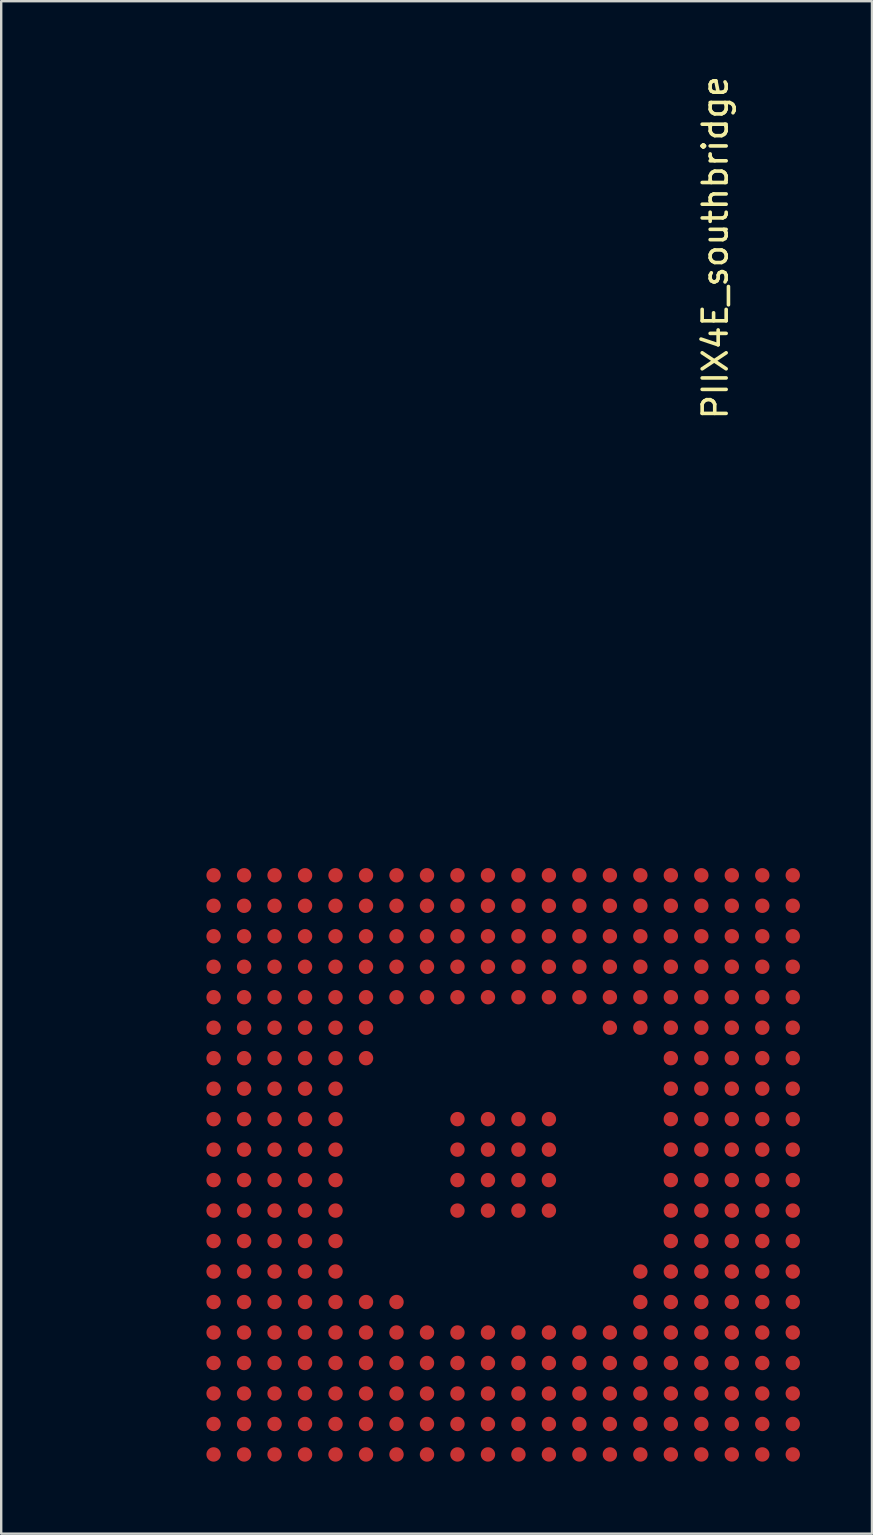
<source format=kicad_pcb>
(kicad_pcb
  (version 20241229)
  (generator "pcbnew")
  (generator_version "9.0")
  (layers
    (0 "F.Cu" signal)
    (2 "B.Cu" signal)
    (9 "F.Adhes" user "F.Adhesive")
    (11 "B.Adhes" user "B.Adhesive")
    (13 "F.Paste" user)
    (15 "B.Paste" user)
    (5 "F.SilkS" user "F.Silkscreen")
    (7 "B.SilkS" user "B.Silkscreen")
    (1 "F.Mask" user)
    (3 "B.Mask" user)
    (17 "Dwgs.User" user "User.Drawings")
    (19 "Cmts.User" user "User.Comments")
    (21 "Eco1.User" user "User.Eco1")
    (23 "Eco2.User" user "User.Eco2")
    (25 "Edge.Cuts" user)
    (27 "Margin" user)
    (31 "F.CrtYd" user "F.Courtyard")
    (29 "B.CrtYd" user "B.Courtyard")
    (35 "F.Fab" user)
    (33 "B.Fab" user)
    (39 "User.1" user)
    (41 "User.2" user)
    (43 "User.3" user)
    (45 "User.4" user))
  (footprint "PIIX4E_southbridge"
    (layer "F.Cu")
    (at 0.25 30.768)
    (property "Reference" "PIIX4E_southbridge" (at 26.5 -23.5 90) (layer "F.SilkS") (effects (font (size 1 1) (thickness 0.15))))
    (attr through_hole)
    (pad "A1" smd circle (at 5.6 2.65) (size 0.6 0.6) (property pad_prop_bga) (layers "F.Cu" "F.Mask" "F.Paste"))
    (pad "A2" smd circle (at 6.87 2.65) (size 0.6 0.6) (property pad_prop_bga) (layers "F.Cu" "F.Mask" "F.Paste"))
    (pad "A3" smd circle (at 8.14 2.65) (size 0.6 0.6) (property pad_prop_bga) (layers "F.Cu" "F.Mask" "F.Paste"))
    (pad "A4" smd circle (at 9.41 2.65) (size 0.6 0.6) (property pad_prop_bga) (layers "F.Cu" "F.Mask" "F.Paste"))
    (pad "A5" smd circle (at 10.68 2.65) (size 0.6 0.6) (property pad_prop_bga) (layers "F.Cu" "F.Mask" "F.Paste"))
    (pad "A6" smd circle (at 11.95 2.65) (size 0.6 0.6) (property pad_prop_bga) (layers "F.Cu" "F.Mask" "F.Paste"))
    (pad "A7" smd circle (at 13.22 2.65) (size 0.6 0.6) (property pad_prop_bga) (layers "F.Cu" "F.Mask" "F.Paste"))
    (pad "A8" smd circle (at 14.49 2.65) (size 0.6 0.6) (property pad_prop_bga) (layers "F.Cu" "F.Mask" "F.Paste"))
    (pad "A9" smd circle (at 15.76 2.65) (size 0.6 0.6) (property pad_prop_bga) (layers "F.Cu" "F.Mask" "F.Paste"))
    (pad "A10" smd circle (at 17.03 2.65) (size 0.6 0.6) (property pad_prop_bga) (layers "F.Cu" "F.Mask" "F.Paste"))
    (pad "A11" smd circle (at 18.3 2.65) (size 0.6 0.6) (property pad_prop_bga) (layers "F.Cu" "F.Mask" "F.Paste"))
    (pad "A12" smd circle (at 19.57 2.65) (size 0.6 0.6) (property pad_prop_bga) (layers "F.Cu" "F.Mask" "F.Paste"))
    (pad "A13" smd circle (at 20.84 2.65) (size 0.6 0.6) (property pad_prop_bga) (layers "F.Cu" "F.Mask" "F.Paste"))
    (pad "A14" smd circle (at 22.11 2.65) (size 0.6 0.6) (property pad_prop_bga) (layers "F.Cu" "F.Mask" "F.Paste"))
    (pad "A15" smd circle (at 23.38 2.65) (size 0.6 0.6) (property pad_prop_bga) (layers "F.Cu" "F.Mask" "F.Paste"))
    (pad "A16" smd circle (at 24.65 2.65) (size 0.6 0.6) (property pad_prop_bga) (layers "F.Cu" "F.Mask" "F.Paste"))
    (pad "A17" smd circle (at 25.92 2.65) (size 0.6 0.6) (property pad_prop_bga) (layers "F.Cu" "F.Mask" "F.Paste"))
    (pad "A18" smd circle (at 27.19 2.65) (size 0.6 0.6) (property pad_prop_bga) (layers "F.Cu" "F.Mask" "F.Paste"))
    (pad "A19" smd circle (at 28.46 2.65) (size 0.6 0.6) (property pad_prop_bga) (layers "F.Cu" "F.Mask" "F.Paste"))
    (pad "A20" smd circle (at 29.73 2.65) (size 0.6 0.6) (property pad_prop_bga) (layers "F.Cu" "F.Mask" "F.Paste"))
    (pad "B1" smd circle (at 5.6 3.92) (size 0.6 0.6) (property pad_prop_bga) (layers "F.Cu" "F.Mask" "F.Paste"))
    (pad "B2" smd circle (at 6.87 3.92) (size 0.6 0.6) (property pad_prop_bga) (layers "F.Cu" "F.Mask" "F.Paste"))
    (pad "B3" smd circle (at 8.14 3.92) (size 0.6 0.6) (property pad_prop_bga) (layers "F.Cu" "F.Mask" "F.Paste"))
    (pad "B4" smd circle (at 9.41 3.92) (size 0.6 0.6) (property pad_prop_bga) (layers "F.Cu" "F.Mask" "F.Paste"))
    (pad "B5" smd circle (at 10.68 3.92) (size 0.6 0.6) (property pad_prop_bga) (layers "F.Cu" "F.Mask" "F.Paste"))
    (pad "B6" smd circle (at 11.95 3.92) (size 0.6 0.6) (property pad_prop_bga) (layers "F.Cu" "F.Mask" "F.Paste"))
    (pad "B7" smd circle (at 13.22 3.92) (size 0.6 0.6) (property pad_prop_bga) (layers "F.Cu" "F.Mask" "F.Paste"))
    (pad "B8" smd circle (at 14.49 3.92) (size 0.6 0.6) (property pad_prop_bga) (layers "F.Cu" "F.Mask" "F.Paste"))
    (pad "B9" smd circle (at 15.76 3.92) (size 0.6 0.6) (property pad_prop_bga) (layers "F.Cu" "F.Mask" "F.Paste"))
    (pad "B10" smd circle (at 17.03 3.92) (size 0.6 0.6) (property pad_prop_bga) (layers "F.Cu" "F.Mask" "F.Paste"))
    (pad "B11" smd circle (at 18.3 3.92) (size 0.6 0.6) (property pad_prop_bga) (layers "F.Cu" "F.Mask" "F.Paste"))
    (pad "B12" smd circle (at 19.57 3.92) (size 0.6 0.6) (property pad_prop_bga) (layers "F.Cu" "F.Mask" "F.Paste"))
    (pad "B13" smd circle (at 20.84 3.92) (size 0.6 0.6) (property pad_prop_bga) (layers "F.Cu" "F.Mask" "F.Paste"))
    (pad "B14" smd circle (at 22.11 3.92) (size 0.6 0.6) (property pad_prop_bga) (layers "F.Cu" "F.Mask" "F.Paste"))
    (pad "B15" smd circle (at 23.38 3.92) (size 0.6 0.6) (property pad_prop_bga) (layers "F.Cu" "F.Mask" "F.Paste"))
    (pad "B16" smd circle (at 24.65 3.92) (size 0.6 0.6) (property pad_prop_bga) (layers "F.Cu" "F.Mask" "F.Paste"))
    (pad "B17" smd circle (at 25.92 3.92) (size 0.6 0.6) (property pad_prop_bga) (layers "F.Cu" "F.Mask" "F.Paste"))
    (pad "B18" smd circle (at 27.19 3.92) (size 0.6 0.6) (property pad_prop_bga) (layers "F.Cu" "F.Mask" "F.Paste"))
    (pad "B19" smd circle (at 28.46 3.92) (size 0.6 0.6) (property pad_prop_bga) (layers "F.Cu" "F.Mask" "F.Paste"))
    (pad "B20" smd circle (at 29.73 3.92) (size 0.6 0.6) (property pad_prop_bga) (layers "F.Cu" "F.Mask" "F.Paste"))
    (pad "C1" smd circle (at 5.6 5.19) (size 0.6 0.6) (property pad_prop_bga) (layers "F.Cu" "F.Mask" "F.Paste"))
    (pad "C2" smd circle (at 6.87 5.19) (size 0.6 0.6) (property pad_prop_bga) (layers "F.Cu" "F.Mask" "F.Paste"))
    (pad "C3" smd circle (at 8.14 5.19) (size 0.6 0.6) (property pad_prop_bga) (layers "F.Cu" "F.Mask" "F.Paste"))
    (pad "C4" smd circle (at 9.41 5.19) (size 0.6 0.6) (property pad_prop_bga) (layers "F.Cu" "F.Mask" "F.Paste"))
    (pad "C5" smd circle (at 10.68 5.19) (size 0.6 0.6) (property pad_prop_bga) (layers "F.Cu" "F.Mask" "F.Paste"))
    (pad "C6" smd circle (at 11.95 5.19) (size 0.6 0.6) (property pad_prop_bga) (layers "F.Cu" "F.Mask" "F.Paste"))
    (pad "C7" smd circle (at 13.22 5.19) (size 0.6 0.6) (property pad_prop_bga) (layers "F.Cu" "F.Mask" "F.Paste"))
    (pad "C8" smd circle (at 14.49 5.19) (size 0.6 0.6) (property pad_prop_bga) (layers "F.Cu" "F.Mask" "F.Paste"))
    (pad "C9" smd circle (at 15.76 5.19) (size 0.6 0.6) (property pad_prop_bga) (layers "F.Cu" "F.Mask" "F.Paste"))
    (pad "C10" smd circle (at 17.03 5.19) (size 0.6 0.6) (property pad_prop_bga) (layers "F.Cu" "F.Mask" "F.Paste"))
    (pad "C11" smd circle (at 18.3 5.19) (size 0.6 0.6) (property pad_prop_bga) (layers "F.Cu" "F.Mask" "F.Paste"))
    (pad "C12" smd circle (at 19.57 5.19) (size 0.6 0.6) (property pad_prop_bga) (layers "F.Cu" "F.Mask" "F.Paste"))
    (pad "C13" smd circle (at 20.84 5.19) (size 0.6 0.6) (property pad_prop_bga) (layers "F.Cu" "F.Mask" "F.Paste"))
    (pad "C14" smd circle (at 22.11 5.19) (size 0.6 0.6) (property pad_prop_bga) (layers "F.Cu" "F.Mask" "F.Paste"))
    (pad "C15" smd circle (at 23.38 5.19) (size 0.6 0.6) (property pad_prop_bga) (layers "F.Cu" "F.Mask" "F.Paste"))
    (pad "C16" smd circle (at 24.65 5.19) (size 0.6 0.6) (property pad_prop_bga) (layers "F.Cu" "F.Mask" "F.Paste"))
    (pad "C17" smd circle (at 25.92 5.19) (size 0.6 0.6) (property pad_prop_bga) (layers "F.Cu" "F.Mask" "F.Paste"))
    (pad "C18" smd circle (at 27.19 5.19) (size 0.6 0.6) (property pad_prop_bga) (layers "F.Cu" "F.Mask" "F.Paste"))
    (pad "C19" smd circle (at 28.46 5.19) (size 0.6 0.6) (property pad_prop_bga) (layers "F.Cu" "F.Mask" "F.Paste"))
    (pad "C20" smd circle (at 29.73 5.19) (size 0.6 0.6) (property pad_prop_bga) (layers "F.Cu" "F.Mask" "F.Paste"))
    (pad "D1" smd circle (at 5.6 6.46) (size 0.6 0.6) (property pad_prop_bga) (layers "F.Cu" "F.Mask" "F.Paste"))
    (pad "D2" smd circle (at 6.87 6.46) (size 0.6 0.6) (property pad_prop_bga) (layers "F.Cu" "F.Mask" "F.Paste"))
    (pad "D3" smd circle (at 8.14 6.46) (size 0.6 0.6) (property pad_prop_bga) (layers "F.Cu" "F.Mask" "F.Paste"))
    (pad "D4" smd circle (at 9.41 6.46) (size 0.6 0.6) (property pad_prop_bga) (layers "F.Cu" "F.Mask" "F.Paste"))
    (pad "D5" smd circle (at 10.68 6.46) (size 0.6 0.6) (property pad_prop_bga) (layers "F.Cu" "F.Mask" "F.Paste"))
    (pad "D6" smd circle (at 11.95 6.46) (size 0.6 0.6) (property pad_prop_bga) (layers "F.Cu" "F.Mask" "F.Paste"))
    (pad "D7" smd circle (at 13.22 6.46) (size 0.6 0.6) (property pad_prop_bga) (layers "F.Cu" "F.Mask" "F.Paste"))
    (pad "D8" smd circle (at 14.49 6.46) (size 0.6 0.6) (property pad_prop_bga) (layers "F.Cu" "F.Mask" "F.Paste"))
    (pad "D9" smd circle (at 15.76 6.46) (size 0.6 0.6) (property pad_prop_bga) (layers "F.Cu" "F.Mask" "F.Paste"))
    (pad "D10" smd circle (at 17.03 6.46) (size 0.6 0.6) (property pad_prop_bga) (layers "F.Cu" "F.Mask" "F.Paste"))
    (pad "D11" smd circle (at 18.3 6.46) (size 0.6 0.6) (property pad_prop_bga) (layers "F.Cu" "F.Mask" "F.Paste"))
    (pad "D12" smd circle (at 19.57 6.46) (size 0.6 0.6) (property pad_prop_bga) (layers "F.Cu" "F.Mask" "F.Paste"))
    (pad "D13" smd circle (at 20.84 6.46) (size 0.6 0.6) (property pad_prop_bga) (layers "F.Cu" "F.Mask" "F.Paste"))
    (pad "D14" smd circle (at 22.11 6.46) (size 0.6 0.6) (property pad_prop_bga) (layers "F.Cu" "F.Mask" "F.Paste"))
    (pad "D15" smd circle (at 23.38 6.46) (size 0.6 0.6) (property pad_prop_bga) (layers "F.Cu" "F.Mask" "F.Paste"))
    (pad "D16" smd circle (at 24.65 6.46) (size 0.6 0.6) (property pad_prop_bga) (layers "F.Cu" "F.Mask" "F.Paste"))
    (pad "D17" smd circle (at 25.92 6.46) (size 0.6 0.6) (property pad_prop_bga) (layers "F.Cu" "F.Mask" "F.Paste"))
    (pad "D18" smd circle (at 27.19 6.46) (size 0.6 0.6) (property pad_prop_bga) (layers "F.Cu" "F.Mask" "F.Paste"))
    (pad "D19" smd circle (at 28.46 6.46) (size 0.6 0.6) (property pad_prop_bga) (layers "F.Cu" "F.Mask" "F.Paste"))
    (pad "D20" smd circle (at 29.73 6.46) (size 0.6 0.6) (property pad_prop_bga) (layers "F.Cu" "F.Mask" "F.Paste"))
    (pad "E1" smd circle (at 5.6 7.73) (size 0.6 0.6) (property pad_prop_bga) (layers "F.Cu" "F.Mask" "F.Paste"))
    (pad "E2" smd circle (at 6.87 7.73) (size 0.6 0.6) (property pad_prop_bga) (layers "F.Cu" "F.Mask" "F.Paste"))
    (pad "E3" smd circle (at 8.14 7.73) (size 0.6 0.6) (property pad_prop_bga) (layers "F.Cu" "F.Mask" "F.Paste"))
    (pad "E4" smd circle (at 9.41 7.73) (size 0.6 0.6) (property pad_prop_bga) (layers "F.Cu" "F.Mask" "F.Paste"))
    (pad "E5" smd circle (at 10.68 7.73) (size 0.6 0.6) (property pad_prop_bga) (layers "F.Cu" "F.Mask" "F.Paste"))
    (pad "E6" smd circle (at 11.95 7.73) (size 0.6 0.6) (property pad_prop_bga) (layers "F.Cu" "F.Mask" "F.Paste"))
    (pad "E7" smd circle (at 13.22 7.73) (size 0.6 0.6) (property pad_prop_bga) (layers "F.Cu" "F.Mask" "F.Paste"))
    (pad "E8" smd circle (at 14.49 7.73) (size 0.6 0.6) (property pad_prop_bga) (layers "F.Cu" "F.Mask" "F.Paste"))
    (pad "E9" smd circle (at 15.76 7.73) (size 0.6 0.6) (property pad_prop_bga) (layers "F.Cu" "F.Mask" "F.Paste"))
    (pad "E10" smd circle (at 17.03 7.73) (size 0.6 0.6) (property pad_prop_bga) (layers "F.Cu" "F.Mask" "F.Paste"))
    (pad "E11" smd circle (at 18.3 7.73) (size 0.6 0.6) (property pad_prop_bga) (layers "F.Cu" "F.Mask" "F.Paste"))
    (pad "E12" smd circle (at 19.57 7.73) (size 0.6 0.6) (property pad_prop_bga) (layers "F.Cu" "F.Mask" "F.Paste"))
    (pad "E13" smd circle (at 20.84 7.73) (size 0.6 0.6) (property pad_prop_bga) (layers "F.Cu" "F.Mask" "F.Paste"))
    (pad "E14" smd circle (at 22.11 7.73) (size 0.6 0.6) (property pad_prop_bga) (layers "F.Cu" "F.Mask" "F.Paste"))
    (pad "E15" smd circle (at 23.38 7.73) (size 0.6 0.6) (property pad_prop_bga) (layers "F.Cu" "F.Mask" "F.Paste"))
    (pad "E16" smd circle (at 24.65 7.73) (size 0.6 0.6) (property pad_prop_bga) (layers "F.Cu" "F.Mask" "F.Paste"))
    (pad "E17" smd circle (at 25.92 7.73) (size 0.6 0.6) (property pad_prop_bga) (layers "F.Cu" "F.Mask" "F.Paste"))
    (pad "E18" smd circle (at 27.19 7.73) (size 0.6 0.6) (property pad_prop_bga) (layers "F.Cu" "F.Mask" "F.Paste"))
    (pad "E19" smd circle (at 28.46 7.73) (size 0.6 0.6) (property pad_prop_bga) (layers "F.Cu" "F.Mask" "F.Paste"))
    (pad "E20" smd circle (at 29.73 7.73) (size 0.6 0.6) (property pad_prop_bga) (layers "F.Cu" "F.Mask" "F.Paste"))
    (pad "F1" smd circle (at 5.6 9) (size 0.6 0.6) (property pad_prop_bga) (layers "F.Cu" "F.Mask" "F.Paste"))
    (pad "F2" smd circle (at 6.87 9) (size 0.6 0.6) (property pad_prop_bga) (layers "F.Cu" "F.Mask" "F.Paste"))
    (pad "F3" smd circle (at 8.14 9) (size 0.6 0.6) (property pad_prop_bga) (layers "F.Cu" "F.Mask" "F.Paste"))
    (pad "F4" smd circle (at 9.41 9) (size 0.6 0.6) (property pad_prop_bga) (layers "F.Cu" "F.Mask" "F.Paste"))
    (pad "F5" smd circle (at 10.68 9) (size 0.6 0.6) (property pad_prop_bga) (layers "F.Cu" "F.Mask" "F.Paste"))
    (pad "F6" smd circle (at 11.95 9) (size 0.6 0.6) (property pad_prop_bga) (layers "F.Cu" "F.Mask" "F.Paste"))
    (pad "F14" smd circle (at 22.11 9) (size 0.6 0.6) (property pad_prop_bga) (layers "F.Cu" "F.Mask" "F.Paste"))
    (pad "F15" smd circle (at 23.38 9) (size 0.6 0.6) (property pad_prop_bga) (layers "F.Cu" "F.Mask" "F.Paste"))
    (pad "F16" smd circle (at 24.65 9) (size 0.6 0.6) (property pad_prop_bga) (layers "F.Cu" "F.Mask" "F.Paste"))
    (pad "F17" smd circle (at 25.92 9) (size 0.6 0.6) (property pad_prop_bga) (layers "F.Cu" "F.Mask" "F.Paste"))
    (pad "F18" smd circle (at 27.19 9) (size 0.6 0.6) (property pad_prop_bga) (layers "F.Cu" "F.Mask" "F.Paste"))
    (pad "F19" smd circle (at 28.46 9) (size 0.6 0.6) (property pad_prop_bga) (layers "F.Cu" "F.Mask" "F.Paste"))
    (pad "F20" smd circle (at 29.73 9) (size 0.6 0.6) (property pad_prop_bga) (layers "F.Cu" "F.Mask" "F.Paste"))
    (pad "G1" smd circle (at 5.6 10.27) (size 0.6 0.6) (property pad_prop_bga) (layers "F.Cu" "F.Mask" "F.Paste"))
    (pad "G2" smd circle (at 6.87 10.27) (size 0.6 0.6) (property pad_prop_bga) (layers "F.Cu" "F.Mask" "F.Paste"))
    (pad "G3" smd circle (at 8.14 10.27) (size 0.6 0.6) (property pad_prop_bga) (layers "F.Cu" "F.Mask" "F.Paste"))
    (pad "G4" smd circle (at 9.41 10.27) (size 0.6 0.6) (property pad_prop_bga) (layers "F.Cu" "F.Mask" "F.Paste"))
    (pad "G5" smd circle (at 10.68 10.27) (size 0.6 0.6) (property pad_prop_bga) (layers "F.Cu" "F.Mask" "F.Paste"))
    (pad "G6" smd circle (at 11.95 10.27) (size 0.6 0.6) (property pad_prop_bga) (layers "F.Cu" "F.Mask" "F.Paste"))
    (pad "G16" smd circle (at 24.65 10.27) (size 0.6 0.6) (property pad_prop_bga) (layers "F.Cu" "F.Mask" "F.Paste"))
    (pad "G17" smd circle (at 25.92 10.27) (size 0.6 0.6) (property pad_prop_bga) (layers "F.Cu" "F.Mask" "F.Paste"))
    (pad "G18" smd circle (at 27.19 10.27) (size 0.6 0.6) (property pad_prop_bga) (layers "F.Cu" "F.Mask" "F.Paste"))
    (pad "G19" smd circle (at 28.46 10.27) (size 0.6 0.6) (property pad_prop_bga) (layers "F.Cu" "F.Mask" "F.Paste"))
    (pad "G20" smd circle (at 29.73 10.27) (size 0.6 0.6) (property pad_prop_bga) (layers "F.Cu" "F.Mask" "F.Paste"))
    (pad "H1" smd circle (at 5.6 11.54) (size 0.6 0.6) (property pad_prop_bga) (layers "F.Cu" "F.Mask" "F.Paste"))
    (pad "H2" smd circle (at 6.87 11.54) (size 0.6 0.6) (property pad_prop_bga) (layers "F.Cu" "F.Mask" "F.Paste"))
    (pad "H3" smd circle (at 8.14 11.54) (size 0.6 0.6) (property pad_prop_bga) (layers "F.Cu" "F.Mask" "F.Paste"))
    (pad "H4" smd circle (at 9.41 11.54) (size 0.6 0.6) (property pad_prop_bga) (layers "F.Cu" "F.Mask" "F.Paste"))
    (pad "H5" smd circle (at 10.68 11.54) (size 0.6 0.6) (property pad_prop_bga) (layers "F.Cu" "F.Mask" "F.Paste"))
    (pad "H16" smd circle (at 24.65 11.54) (size 0.6 0.6) (property pad_prop_bga) (layers "F.Cu" "F.Mask" "F.Paste"))
    (pad "H17" smd circle (at 25.92 11.54) (size 0.6 0.6) (property pad_prop_bga) (layers "F.Cu" "F.Mask" "F.Paste"))
    (pad "H18" smd circle (at 27.19 11.54) (size 0.6 0.6) (property pad_prop_bga) (layers "F.Cu" "F.Mask" "F.Paste"))
    (pad "H19" smd circle (at 28.46 11.54) (size 0.6 0.6) (property pad_prop_bga) (layers "F.Cu" "F.Mask" "F.Paste"))
    (pad "H20" smd circle (at 29.73 11.54) (size 0.6 0.6) (property pad_prop_bga) (layers "F.Cu" "F.Mask" "F.Paste"))
    (pad "J1" smd circle (at 5.6 12.81) (size 0.6 0.6) (property pad_prop_bga) (layers "F.Cu" "F.Mask" "F.Paste"))
    (pad "J2" smd circle (at 6.87 12.81) (size 0.6 0.6) (property pad_prop_bga) (layers "F.Cu" "F.Mask" "F.Paste"))
    (pad "J3" smd circle (at 8.14 12.81) (size 0.6 0.6) (property pad_prop_bga) (layers "F.Cu" "F.Mask" "F.Paste"))
    (pad "J4" smd circle (at 9.41 12.81) (size 0.6 0.6) (property pad_prop_bga) (layers "F.Cu" "F.Mask" "F.Paste"))
    (pad "J5" smd circle (at 10.68 12.81) (size 0.6 0.6) (property pad_prop_bga) (layers "F.Cu" "F.Mask" "F.Paste"))
    (pad "J9" smd circle (at 15.76 12.81) (size 0.6 0.6) (property pad_prop_bga) (layers "F.Cu" "F.Mask" "F.Paste"))
    (pad "J10" smd circle (at 17.03 12.81) (size 0.6 0.6) (property pad_prop_bga) (layers "F.Cu" "F.Mask" "F.Paste"))
    (pad "J11" smd circle (at 18.3 12.81) (size 0.6 0.6) (property pad_prop_bga) (layers "F.Cu" "F.Mask" "F.Paste"))
    (pad "J12" smd circle (at 19.57 12.81) (size 0.6 0.6) (property pad_prop_bga) (layers "F.Cu" "F.Mask" "F.Paste"))
    (pad "J16" smd circle (at 24.65 12.81) (size 0.6 0.6) (property pad_prop_bga) (layers "F.Cu" "F.Mask" "F.Paste"))
    (pad "J17" smd circle (at 25.92 12.81) (size 0.6 0.6) (property pad_prop_bga) (layers "F.Cu" "F.Mask" "F.Paste"))
    (pad "J18" smd circle (at 27.19 12.81) (size 0.6 0.6) (property pad_prop_bga) (layers "F.Cu" "F.Mask" "F.Paste"))
    (pad "J19" smd circle (at 28.46 12.81) (size 0.6 0.6) (property pad_prop_bga) (layers "F.Cu" "F.Mask" "F.Paste"))
    (pad "J20" smd circle (at 29.73 12.81) (size 0.6 0.6) (property pad_prop_bga) (layers "F.Cu" "F.Mask" "F.Paste"))
    (pad "K1" smd circle (at 5.6 14.08) (size 0.6 0.6) (property pad_prop_bga) (layers "F.Cu" "F.Mask" "F.Paste"))
    (pad "K2" smd circle (at 6.87 14.08) (size 0.6 0.6) (property pad_prop_bga) (layers "F.Cu" "F.Mask" "F.Paste"))
    (pad "K3" smd circle (at 8.14 14.08) (size 0.6 0.6) (property pad_prop_bga) (layers "F.Cu" "F.Mask" "F.Paste"))
    (pad "K4" smd circle (at 9.41 14.08) (size 0.6 0.6) (property pad_prop_bga) (layers "F.Cu" "F.Mask" "F.Paste"))
    (pad "K5" smd circle (at 10.68 14.08) (size 0.6 0.6) (property pad_prop_bga) (layers "F.Cu" "F.Mask" "F.Paste"))
    (pad "K9" smd circle (at 15.76 14.08) (size 0.6 0.6) (property pad_prop_bga) (layers "F.Cu" "F.Mask" "F.Paste"))
    (pad "K10" smd circle (at 17.03 14.08) (size 0.6 0.6) (property pad_prop_bga) (layers "F.Cu" "F.Mask" "F.Paste"))
    (pad "K11" smd circle (at 18.3 14.08) (size 0.6 0.6) (property pad_prop_bga) (layers "F.Cu" "F.Mask" "F.Paste"))
    (pad "K12" smd circle (at 19.57 14.08) (size 0.6 0.6) (property pad_prop_bga) (layers "F.Cu" "F.Mask" "F.Paste"))
    (pad "K16" smd circle (at 24.65 14.08) (size 0.6 0.6) (property pad_prop_bga) (layers "F.Cu" "F.Mask" "F.Paste"))
    (pad "K17" smd circle (at 25.92 14.08) (size 0.6 0.6) (property pad_prop_bga) (layers "F.Cu" "F.Mask" "F.Paste"))
    (pad "K18" smd circle (at 27.19 14.08) (size 0.6 0.6) (property pad_prop_bga) (layers "F.Cu" "F.Mask" "F.Paste"))
    (pad "K19" smd circle (at 28.46 14.08) (size 0.6 0.6) (property pad_prop_bga) (layers "F.Cu" "F.Mask" "F.Paste"))
    (pad "K20" smd circle (at 29.73 14.08) (size 0.6 0.6) (property pad_prop_bga) (layers "F.Cu" "F.Mask" "F.Paste"))
    (pad "L1" smd circle (at 5.6 15.35) (size 0.6 0.6) (property pad_prop_bga) (layers "F.Cu" "F.Mask" "F.Paste"))
    (pad "L2" smd circle (at 6.87 15.35) (size 0.6 0.6) (property pad_prop_bga) (layers "F.Cu" "F.Mask" "F.Paste"))
    (pad "L3" smd circle (at 8.14 15.35) (size 0.6 0.6) (property pad_prop_bga) (layers "F.Cu" "F.Mask" "F.Paste"))
    (pad "L4" smd circle (at 9.41 15.35) (size 0.6 0.6) (property pad_prop_bga) (layers "F.Cu" "F.Mask" "F.Paste"))
    (pad "L5" smd circle (at 10.68 15.35) (size 0.6 0.6) (property pad_prop_bga) (layers "F.Cu" "F.Mask" "F.Paste"))
    (pad "L9" smd circle (at 15.76 15.35) (size 0.6 0.6) (property pad_prop_bga) (layers "F.Cu" "F.Mask" "F.Paste"))
    (pad "L10" smd circle (at 17.03 15.35) (size 0.6 0.6) (property pad_prop_bga) (layers "F.Cu" "F.Mask" "F.Paste"))
    (pad "L11" smd circle (at 18.3 15.35) (size 0.6 0.6) (property pad_prop_bga) (layers "F.Cu" "F.Mask" "F.Paste"))
    (pad "L12" smd circle (at 19.57 15.35) (size 0.6 0.6) (property pad_prop_bga) (layers "F.Cu" "F.Mask" "F.Paste"))
    (pad "L16" smd circle (at 24.65 15.35) (size 0.6 0.6) (property pad_prop_bga) (layers "F.Cu" "F.Mask" "F.Paste"))
    (pad "L17" smd circle (at 25.92 15.35) (size 0.6 0.6) (property pad_prop_bga) (layers "F.Cu" "F.Mask" "F.Paste"))
    (pad "L18" smd circle (at 27.19 15.35) (size 0.6 0.6) (property pad_prop_bga) (layers "F.Cu" "F.Mask" "F.Paste"))
    (pad "L19" smd circle (at 28.46 15.35) (size 0.6 0.6) (property pad_prop_bga) (layers "F.Cu" "F.Mask" "F.Paste"))
    (pad "L20" smd circle (at 29.73 15.35) (size 0.6 0.6) (property pad_prop_bga) (layers "F.Cu" "F.Mask" "F.Paste"))
    (pad "M1" smd circle (at 5.6 16.62) (size 0.6 0.6) (property pad_prop_bga) (layers "F.Cu" "F.Mask" "F.Paste"))
    (pad "M2" smd circle (at 6.87 16.62) (size 0.6 0.6) (property pad_prop_bga) (layers "F.Cu" "F.Mask" "F.Paste"))
    (pad "M3" smd circle (at 8.14 16.62) (size 0.6 0.6) (property pad_prop_bga) (layers "F.Cu" "F.Mask" "F.Paste"))
    (pad "M4" smd circle (at 9.41 16.62) (size 0.6 0.6) (property pad_prop_bga) (layers "F.Cu" "F.Mask" "F.Paste"))
    (pad "M5" smd circle (at 10.68 16.62) (size 0.6 0.6) (property pad_prop_bga) (layers "F.Cu" "F.Mask" "F.Paste"))
    (pad "M9" smd circle (at 15.76 16.62) (size 0.6 0.6) (property pad_prop_bga) (layers "F.Cu" "F.Mask" "F.Paste"))
    (pad "M10" smd circle (at 17.03 16.62) (size 0.6 0.6) (property pad_prop_bga) (layers "F.Cu" "F.Mask" "F.Paste"))
    (pad "M11" smd circle (at 18.3 16.62) (size 0.6 0.6) (property pad_prop_bga) (layers "F.Cu" "F.Mask" "F.Paste"))
    (pad "M12" smd circle (at 19.57 16.62) (size 0.6 0.6) (property pad_prop_bga) (layers "F.Cu" "F.Mask" "F.Paste"))
    (pad "M16" smd circle (at 24.65 16.62) (size 0.6 0.6) (property pad_prop_bga) (layers "F.Cu" "F.Mask" "F.Paste"))
    (pad "M17" smd circle (at 25.92 16.62) (size 0.6 0.6) (property pad_prop_bga) (layers "F.Cu" "F.Mask" "F.Paste"))
    (pad "M18" smd circle (at 27.19 16.62) (size 0.6 0.6) (property pad_prop_bga) (layers "F.Cu" "F.Mask" "F.Paste"))
    (pad "M19" smd circle (at 28.46 16.62) (size 0.6 0.6) (property pad_prop_bga) (layers "F.Cu" "F.Mask" "F.Paste"))
    (pad "M20" smd circle (at 29.73 16.62) (size 0.6 0.6) (property pad_prop_bga) (layers "F.Cu" "F.Mask" "F.Paste"))
    (pad "N1" smd circle (at 5.6 17.89) (size 0.6 0.6) (property pad_prop_bga) (layers "F.Cu" "F.Mask" "F.Paste"))
    (pad "N2" smd circle (at 6.87 17.89) (size 0.6 0.6) (property pad_prop_bga) (layers "F.Cu" "F.Mask" "F.Paste"))
    (pad "N3" smd circle (at 8.14 17.89) (size 0.6 0.6) (property pad_prop_bga) (layers "F.Cu" "F.Mask" "F.Paste"))
    (pad "N4" smd circle (at 9.41 17.89) (size 0.6 0.6) (property pad_prop_bga) (layers "F.Cu" "F.Mask" "F.Paste"))
    (pad "N5" smd circle (at 10.68 17.89) (size 0.6 0.6) (property pad_prop_bga) (layers "F.Cu" "F.Mask" "F.Paste"))
    (pad "N16" smd circle (at 24.65 17.89) (size 0.6 0.6) (property pad_prop_bga) (layers "F.Cu" "F.Mask" "F.Paste"))
    (pad "N17" smd circle (at 25.92 17.89) (size 0.6 0.6) (property pad_prop_bga) (layers "F.Cu" "F.Mask" "F.Paste"))
    (pad "N18" smd circle (at 27.19 17.89) (size 0.6 0.6) (property pad_prop_bga) (layers "F.Cu" "F.Mask" "F.Paste"))
    (pad "N19" smd circle (at 28.46 17.89) (size 0.6 0.6) (property pad_prop_bga) (layers "F.Cu" "F.Mask" "F.Paste"))
    (pad "N20" smd circle (at 29.73 17.89) (size 0.6 0.6) (property pad_prop_bga) (layers "F.Cu" "F.Mask" "F.Paste"))
    (pad "P1" smd circle (at 5.6 19.16) (size 0.6 0.6) (property pad_prop_bga) (layers "F.Cu" "F.Mask" "F.Paste"))
    (pad "P2" smd circle (at 6.87 19.16) (size 0.6 0.6) (property pad_prop_bga) (layers "F.Cu" "F.Mask" "F.Paste"))
    (pad "P3" smd circle (at 8.14 19.16) (size 0.6 0.6) (property pad_prop_bga) (layers "F.Cu" "F.Mask" "F.Paste"))
    (pad "P4" smd circle (at 9.41 19.16) (size 0.6 0.6) (property pad_prop_bga) (layers "F.Cu" "F.Mask" "F.Paste"))
    (pad "P5" smd circle (at 10.68 19.16) (size 0.6 0.6) (property pad_prop_bga) (layers "F.Cu" "F.Mask" "F.Paste"))
    (pad "P15" smd circle (at 23.38 19.16) (size 0.6 0.6) (property pad_prop_bga) (layers "F.Cu" "F.Mask" "F.Paste"))
    (pad "P16" smd circle (at 24.65 19.16) (size 0.6 0.6) (property pad_prop_bga) (layers "F.Cu" "F.Mask" "F.Paste"))
    (pad "P17" smd circle (at 25.92 19.16) (size 0.6 0.6) (property pad_prop_bga) (layers "F.Cu" "F.Mask" "F.Paste"))
    (pad "P18" smd circle (at 27.19 19.16) (size 0.6 0.6) (property pad_prop_bga) (layers "F.Cu" "F.Mask" "F.Paste"))
    (pad "P19" smd circle (at 28.46 19.16) (size 0.6 0.6) (property pad_prop_bga) (layers "F.Cu" "F.Mask" "F.Paste"))
    (pad "P20" smd circle (at 29.73 19.16) (size 0.6 0.6) (property pad_prop_bga) (layers "F.Cu" "F.Mask" "F.Paste"))
    (pad "R1" smd circle (at 5.6 20.43) (size 0.6 0.6) (property pad_prop_bga) (layers "F.Cu" "F.Mask" "F.Paste"))
    (pad "R2" smd circle (at 6.87 20.43) (size 0.6 0.6) (property pad_prop_bga) (layers "F.Cu" "F.Mask" "F.Paste"))
    (pad "R3" smd circle (at 8.14 20.43) (size 0.6 0.6) (property pad_prop_bga) (layers "F.Cu" "F.Mask" "F.Paste"))
    (pad "R4" smd circle (at 9.41 20.43) (size 0.6 0.6) (property pad_prop_bga) (layers "F.Cu" "F.Mask" "F.Paste"))
    (pad "R5" smd circle (at 10.68 20.43) (size 0.6 0.6) (property pad_prop_bga) (layers "F.Cu" "F.Mask" "F.Paste"))
    (pad "R6" smd circle (at 11.95 20.43) (size 0.6 0.6) (property pad_prop_bga) (layers "F.Cu" "F.Mask" "F.Paste"))
    (pad "R7" smd circle (at 13.22 20.43) (size 0.6 0.6) (property pad_prop_bga) (layers "F.Cu" "F.Mask" "F.Paste"))
    (pad "R15" smd circle (at 23.38 20.43) (size 0.6 0.6) (property pad_prop_bga) (layers "F.Cu" "F.Mask" "F.Paste"))
    (pad "R16" smd circle (at 24.65 20.43) (size 0.6 0.6) (property pad_prop_bga) (layers "F.Cu" "F.Mask" "F.Paste"))
    (pad "R17" smd circle (at 25.92 20.43) (size 0.6 0.6) (property pad_prop_bga) (layers "F.Cu" "F.Mask" "F.Paste"))
    (pad "R18" smd circle (at 27.19 20.43) (size 0.6 0.6) (property pad_prop_bga) (layers "F.Cu" "F.Mask" "F.Paste"))
    (pad "R19" smd circle (at 28.46 20.43) (size 0.6 0.6) (property pad_prop_bga) (layers "F.Cu" "F.Mask" "F.Paste"))
    (pad "R20" smd circle (at 29.73 20.43) (size 0.6 0.6) (property pad_prop_bga) (layers "F.Cu" "F.Mask" "F.Paste"))
    (pad "T1" smd circle (at 5.6 21.7) (size 0.6 0.6) (property pad_prop_bga) (layers "F.Cu" "F.Mask" "F.Paste"))
    (pad "T2" smd circle (at 6.87 21.7) (size 0.6 0.6) (property pad_prop_bga) (layers "F.Cu" "F.Mask" "F.Paste"))
    (pad "T3" smd circle (at 8.14 21.7) (size 0.6 0.6) (property pad_prop_bga) (layers "F.Cu" "F.Mask" "F.Paste"))
    (pad "T4" smd circle (at 9.41 21.7) (size 0.6 0.6) (property pad_prop_bga) (layers "F.Cu" "F.Mask" "F.Paste"))
    (pad "T5" smd circle (at 10.68 21.7) (size 0.6 0.6) (property pad_prop_bga) (layers "F.Cu" "F.Mask" "F.Paste"))
    (pad "T6" smd circle (at 11.95 21.7) (size 0.6 0.6) (property pad_prop_bga) (layers "F.Cu" "F.Mask" "F.Paste"))
    (pad "T7" smd circle (at 13.22 21.7) (size 0.6 0.6) (property pad_prop_bga) (layers "F.Cu" "F.Mask" "F.Paste"))
    (pad "T8" smd circle (at 14.49 21.7) (size 0.6 0.6) (property pad_prop_bga) (layers "F.Cu" "F.Mask" "F.Paste"))
    (pad "T9" smd circle (at 15.76 21.7) (size 0.6 0.6) (property pad_prop_bga) (layers "F.Cu" "F.Mask" "F.Paste"))
    (pad "T10" smd circle (at 17.03 21.7) (size 0.6 0.6) (property pad_prop_bga) (layers "F.Cu" "F.Mask" "F.Paste"))
    (pad "T11" smd circle (at 18.3 21.7) (size 0.6 0.6) (property pad_prop_bga) (layers "F.Cu" "F.Mask" "F.Paste"))
    (pad "T12" smd circle (at 19.57 21.7) (size 0.6 0.6) (property pad_prop_bga) (layers "F.Cu" "F.Mask" "F.Paste"))
    (pad "T13" smd circle (at 20.84 21.7) (size 0.6 0.6) (property pad_prop_bga) (layers "F.Cu" "F.Mask" "F.Paste"))
    (pad "T14" smd circle (at 22.11 21.7) (size 0.6 0.6) (property pad_prop_bga) (layers "F.Cu" "F.Mask" "F.Paste"))
    (pad "T15" smd circle (at 23.38 21.7) (size 0.6 0.6) (property pad_prop_bga) (layers "F.Cu" "F.Mask" "F.Paste"))
    (pad "T16" smd circle (at 24.65 21.7) (size 0.6 0.6) (property pad_prop_bga) (layers "F.Cu" "F.Mask" "F.Paste"))
    (pad "T17" smd circle (at 25.92 21.7) (size 0.6 0.6) (property pad_prop_bga) (layers "F.Cu" "F.Mask" "F.Paste"))
    (pad "T18" smd circle (at 27.19 21.7) (size 0.6 0.6) (property pad_prop_bga) (layers "F.Cu" "F.Mask" "F.Paste"))
    (pad "T19" smd circle (at 28.46 21.7) (size 0.6 0.6) (property pad_prop_bga) (layers "F.Cu" "F.Mask" "F.Paste"))
    (pad "T20" smd circle (at 29.73 21.7) (size 0.6 0.6) (property pad_prop_bga) (layers "F.Cu" "F.Mask" "F.Paste"))
    (pad "U1" smd circle (at 5.6 22.97) (size 0.6 0.6) (property pad_prop_bga) (layers "F.Cu" "F.Mask" "F.Paste"))
    (pad "U2" smd circle (at 6.87 22.97) (size 0.6 0.6) (property pad_prop_bga) (layers "F.Cu" "F.Mask" "F.Paste"))
    (pad "U3" smd circle (at 8.14 22.97) (size 0.6 0.6) (property pad_prop_bga) (layers "F.Cu" "F.Mask" "F.Paste"))
    (pad "U4" smd circle (at 9.41 22.97) (size 0.6 0.6) (property pad_prop_bga) (layers "F.Cu" "F.Mask" "F.Paste"))
    (pad "U5" smd circle (at 10.68 22.97) (size 0.6 0.6) (property pad_prop_bga) (layers "F.Cu" "F.Mask" "F.Paste"))
    (pad "U6" smd circle (at 11.95 22.97) (size 0.6 0.6) (property pad_prop_bga) (layers "F.Cu" "F.Mask" "F.Paste"))
    (pad "U7" smd circle (at 13.22 22.97) (size 0.6 0.6) (property pad_prop_bga) (layers "F.Cu" "F.Mask" "F.Paste"))
    (pad "U8" smd circle (at 14.49 22.97) (size 0.6 0.6) (property pad_prop_bga) (layers "F.Cu" "F.Mask" "F.Paste"))
    (pad "U9" smd circle (at 15.76 22.97) (size 0.6 0.6) (property pad_prop_bga) (layers "F.Cu" "F.Mask" "F.Paste"))
    (pad "U10" smd circle (at 17.03 22.97) (size 0.6 0.6) (property pad_prop_bga) (layers "F.Cu" "F.Mask" "F.Paste"))
    (pad "U11" smd circle (at 18.3 22.97) (size 0.6 0.6) (property pad_prop_bga) (layers "F.Cu" "F.Mask" "F.Paste"))
    (pad "U12" smd circle (at 19.57 22.97) (size 0.6 0.6) (property pad_prop_bga) (layers "F.Cu" "F.Mask" "F.Paste"))
    (pad "U13" smd circle (at 20.84 22.97) (size 0.6 0.6) (property pad_prop_bga) (layers "F.Cu" "F.Mask" "F.Paste"))
    (pad "U14" smd circle (at 22.11 22.97) (size 0.6 0.6) (property pad_prop_bga) (layers "F.Cu" "F.Mask" "F.Paste"))
    (pad "U15" smd circle (at 23.38 22.97) (size 0.6 0.6) (property pad_prop_bga) (layers "F.Cu" "F.Mask" "F.Paste"))
    (pad "U16" smd circle (at 24.65 22.97) (size 0.6 0.6) (property pad_prop_bga) (layers "F.Cu" "F.Mask" "F.Paste"))
    (pad "U17" smd circle (at 25.92 22.97) (size 0.6 0.6) (property pad_prop_bga) (layers "F.Cu" "F.Mask" "F.Paste"))
    (pad "U18" smd circle (at 27.19 22.97) (size 0.6 0.6) (property pad_prop_bga) (layers "F.Cu" "F.Mask" "F.Paste"))
    (pad "U19" smd circle (at 28.46 22.97) (size 0.6 0.6) (property pad_prop_bga) (layers "F.Cu" "F.Mask" "F.Paste"))
    (pad "U20" smd circle (at 29.73 22.97) (size 0.6 0.6) (property pad_prop_bga) (layers "F.Cu" "F.Mask" "F.Paste"))
    (pad "V1" smd circle (at 5.6 24.24) (size 0.6 0.6) (property pad_prop_bga) (layers "F.Cu" "F.Mask" "F.Paste"))
    (pad "V2" smd circle (at 6.87 24.24) (size 0.6 0.6) (property pad_prop_bga) (layers "F.Cu" "F.Mask" "F.Paste"))
    (pad "V3" smd circle (at 8.14 24.24) (size 0.6 0.6) (property pad_prop_bga) (layers "F.Cu" "F.Mask" "F.Paste"))
    (pad "V4" smd circle (at 9.41 24.24) (size 0.6 0.6) (property pad_prop_bga) (layers "F.Cu" "F.Mask" "F.Paste"))
    (pad "V5" smd circle (at 10.68 24.24) (size 0.6 0.6) (property pad_prop_bga) (layers "F.Cu" "F.Mask" "F.Paste"))
    (pad "V6" smd circle (at 11.95 24.24) (size 0.6 0.6) (property pad_prop_bga) (layers "F.Cu" "F.Mask" "F.Paste"))
    (pad "V7" smd circle (at 13.22 24.24) (size 0.6 0.6) (property pad_prop_bga) (layers "F.Cu" "F.Mask" "F.Paste"))
    (pad "V8" smd circle (at 14.49 24.24) (size 0.6 0.6) (property pad_prop_bga) (layers "F.Cu" "F.Mask" "F.Paste"))
    (pad "V9" smd circle (at 15.76 24.24) (size 0.6 0.6) (property pad_prop_bga) (layers "F.Cu" "F.Mask" "F.Paste"))
    (pad "V10" smd circle (at 17.03 24.24) (size 0.6 0.6) (property pad_prop_bga) (layers "F.Cu" "F.Mask" "F.Paste"))
    (pad "V11" smd circle (at 18.3 24.24) (size 0.6 0.6) (property pad_prop_bga) (layers "F.Cu" "F.Mask" "F.Paste"))
    (pad "V12" smd circle (at 19.57 24.24) (size 0.6 0.6) (property pad_prop_bga) (layers "F.Cu" "F.Mask" "F.Paste"))
    (pad "V13" smd circle (at 20.84 24.24) (size 0.6 0.6) (property pad_prop_bga) (layers "F.Cu" "F.Mask" "F.Paste"))
    (pad "V14" smd circle (at 22.11 24.24) (size 0.6 0.6) (property pad_prop_bga) (layers "F.Cu" "F.Mask" "F.Paste"))
    (pad "V15" smd circle (at 23.38 24.24) (size 0.6 0.6) (property pad_prop_bga) (layers "F.Cu" "F.Mask" "F.Paste"))
    (pad "V16" smd circle (at 24.65 24.24) (size 0.6 0.6) (property pad_prop_bga) (layers "F.Cu" "F.Mask" "F.Paste"))
    (pad "V17" smd circle (at 25.92 24.24) (size 0.6 0.6) (property pad_prop_bga) (layers "F.Cu" "F.Mask" "F.Paste"))
    (pad "V18" smd circle (at 27.19 24.24) (size 0.6 0.6) (property pad_prop_bga) (layers "F.Cu" "F.Mask" "F.Paste"))
    (pad "V19" smd circle (at 28.46 24.24) (size 0.6 0.6) (property pad_prop_bga) (layers "F.Cu" "F.Mask" "F.Paste"))
    (pad "V20" smd circle (at 29.73 24.24) (size 0.6 0.6) (property pad_prop_bga) (layers "F.Cu" "F.Mask" "F.Paste"))
    (pad "W1" smd circle (at 5.6 25.51) (size 0.6 0.6) (property pad_prop_bga) (layers "F.Cu" "F.Mask" "F.Paste"))
    (pad "W2" smd circle (at 6.87 25.51) (size 0.6 0.6) (property pad_prop_bga) (layers "F.Cu" "F.Mask" "F.Paste"))
    (pad "W3" smd circle (at 8.14 25.51) (size 0.6 0.6) (property pad_prop_bga) (layers "F.Cu" "F.Mask" "F.Paste"))
    (pad "W4" smd circle (at 9.41 25.51) (size 0.6 0.6) (property pad_prop_bga) (layers "F.Cu" "F.Mask" "F.Paste"))
    (pad "W5" smd circle (at 10.68 25.51) (size 0.6 0.6) (property pad_prop_bga) (layers "F.Cu" "F.Mask" "F.Paste"))
    (pad "W6" smd circle (at 11.95 25.51) (size 0.6 0.6) (property pad_prop_bga) (layers "F.Cu" "F.Mask" "F.Paste"))
    (pad "W7" smd circle (at 13.22 25.51) (size 0.6 0.6) (property pad_prop_bga) (layers "F.Cu" "F.Mask" "F.Paste"))
    (pad "W8" smd circle (at 14.49 25.51) (size 0.6 0.6) (property pad_prop_bga) (layers "F.Cu" "F.Mask" "F.Paste"))
    (pad "W9" smd circle (at 15.76 25.51) (size 0.6 0.6) (property pad_prop_bga) (layers "F.Cu" "F.Mask" "F.Paste"))
    (pad "W10" smd circle (at 17.03 25.51) (size 0.6 0.6) (property pad_prop_bga) (layers "F.Cu" "F.Mask" "F.Paste"))
    (pad "W11" smd circle (at 18.3 25.51) (size 0.6 0.6) (property pad_prop_bga) (layers "F.Cu" "F.Mask" "F.Paste"))
    (pad "W12" smd circle (at 19.57 25.51) (size 0.6 0.6) (property pad_prop_bga) (layers "F.Cu" "F.Mask" "F.Paste"))
    (pad "W13" smd circle (at 20.84 25.51) (size 0.6 0.6) (property pad_prop_bga) (layers "F.Cu" "F.Mask" "F.Paste"))
    (pad "W14" smd circle (at 22.11 25.51) (size 0.6 0.6) (property pad_prop_bga) (layers "F.Cu" "F.Mask" "F.Paste"))
    (pad "W15" smd circle (at 23.38 25.51) (size 0.6 0.6) (property pad_prop_bga) (layers "F.Cu" "F.Mask" "F.Paste"))
    (pad "W16" smd circle (at 24.65 25.51) (size 0.6 0.6) (property pad_prop_bga) (layers "F.Cu" "F.Mask" "F.Paste"))
    (pad "W17" smd circle (at 25.92 25.51) (size 0.6 0.6) (property pad_prop_bga) (layers "F.Cu" "F.Mask" "F.Paste"))
    (pad "W18" smd circle (at 27.19 25.51) (size 0.6 0.6) (property pad_prop_bga) (layers "F.Cu" "F.Mask" "F.Paste"))
    (pad "W19" smd circle (at 28.46 25.51) (size 0.6 0.6) (property pad_prop_bga) (layers "F.Cu" "F.Mask" "F.Paste"))
    (pad "W20" smd circle (at 29.73 25.51) (size 0.6 0.6) (property pad_prop_bga) (layers "F.Cu" "F.Mask" "F.Paste"))
    (pad "Y1" smd circle (at 5.6 26.78) (size 0.6 0.6) (property pad_prop_bga) (layers "F.Cu" "F.Mask" "F.Paste"))
    (pad "Y2" smd circle (at 6.87 26.78) (size 0.6 0.6) (property pad_prop_bga) (layers "F.Cu" "F.Mask" "F.Paste"))
    (pad "Y3" smd circle (at 8.14 26.78) (size 0.6 0.6) (property pad_prop_bga) (layers "F.Cu" "F.Mask" "F.Paste"))
    (pad "Y4" smd circle (at 9.41 26.78) (size 0.6 0.6) (property pad_prop_bga) (layers "F.Cu" "F.Mask" "F.Paste"))
    (pad "Y5" smd circle (at 10.68 26.78) (size 0.6 0.6) (property pad_prop_bga) (layers "F.Cu" "F.Mask" "F.Paste"))
    (pad "Y6" smd circle (at 11.95 26.78) (size 0.6 0.6) (property pad_prop_bga) (layers "F.Cu" "F.Mask" "F.Paste"))
    (pad "Y7" smd circle (at 13.22 26.78) (size 0.6 0.6) (property pad_prop_bga) (layers "F.Cu" "F.Mask" "F.Paste"))
    (pad "Y8" smd circle (at 14.49 26.78) (size 0.6 0.6) (property pad_prop_bga) (layers "F.Cu" "F.Mask" "F.Paste"))
    (pad "Y9" smd circle (at 15.76 26.78) (size 0.6 0.6) (property pad_prop_bga) (layers "F.Cu" "F.Mask" "F.Paste"))
    (pad "Y10" smd circle (at 17.03 26.78) (size 0.6 0.6) (property pad_prop_bga) (layers "F.Cu" "F.Mask" "F.Paste"))
    (pad "Y11" smd circle (at 18.3 26.78) (size 0.6 0.6) (property pad_prop_bga) (layers "F.Cu" "F.Mask" "F.Paste"))
    (pad "Y12" smd circle (at 19.57 26.78) (size 0.6 0.6) (property pad_prop_bga) (layers "F.Cu" "F.Mask" "F.Paste"))
    (pad "Y13" smd circle (at 20.84 26.78) (size 0.6 0.6) (property pad_prop_bga) (layers "F.Cu" "F.Mask" "F.Paste"))
    (pad "Y14" smd circle (at 22.11 26.78) (size 0.6 0.6) (property pad_prop_bga) (layers "F.Cu" "F.Mask" "F.Paste"))
    (pad "Y15" smd circle (at 23.38 26.78) (size 0.6 0.6) (property pad_prop_bga) (layers "F.Cu" "F.Mask" "F.Paste"))
    (pad "Y16" smd circle (at 24.65 26.78) (size 0.6 0.6) (property pad_prop_bga) (layers "F.Cu" "F.Mask" "F.Paste"))
    (pad "Y17" smd circle (at 25.92 26.78) (size 0.6 0.6) (property pad_prop_bga) (layers "F.Cu" "F.Mask" "F.Paste"))
    (pad "Y18" smd circle (at 27.19 26.78) (size 0.6 0.6) (property pad_prop_bga) (layers "F.Cu" "F.Mask" "F.Paste"))
    (pad "Y19" smd circle (at 28.46 26.78) (size 0.6 0.6) (property pad_prop_bga) (layers "F.Cu" "F.Mask" "F.Paste"))
    (pad "Y20" smd circle (at 29.73 26.78) (size 0.6 0.6) (property pad_prop_bga) (layers "F.Cu" "F.Mask" "F.Paste")))
  (gr_rect
    (start -3 -3)
    (end 33.28 60.848)
    (stroke (width 0.1) (type default))
    (fill no)
    (layer "Edge.Cuts")))
</source>
